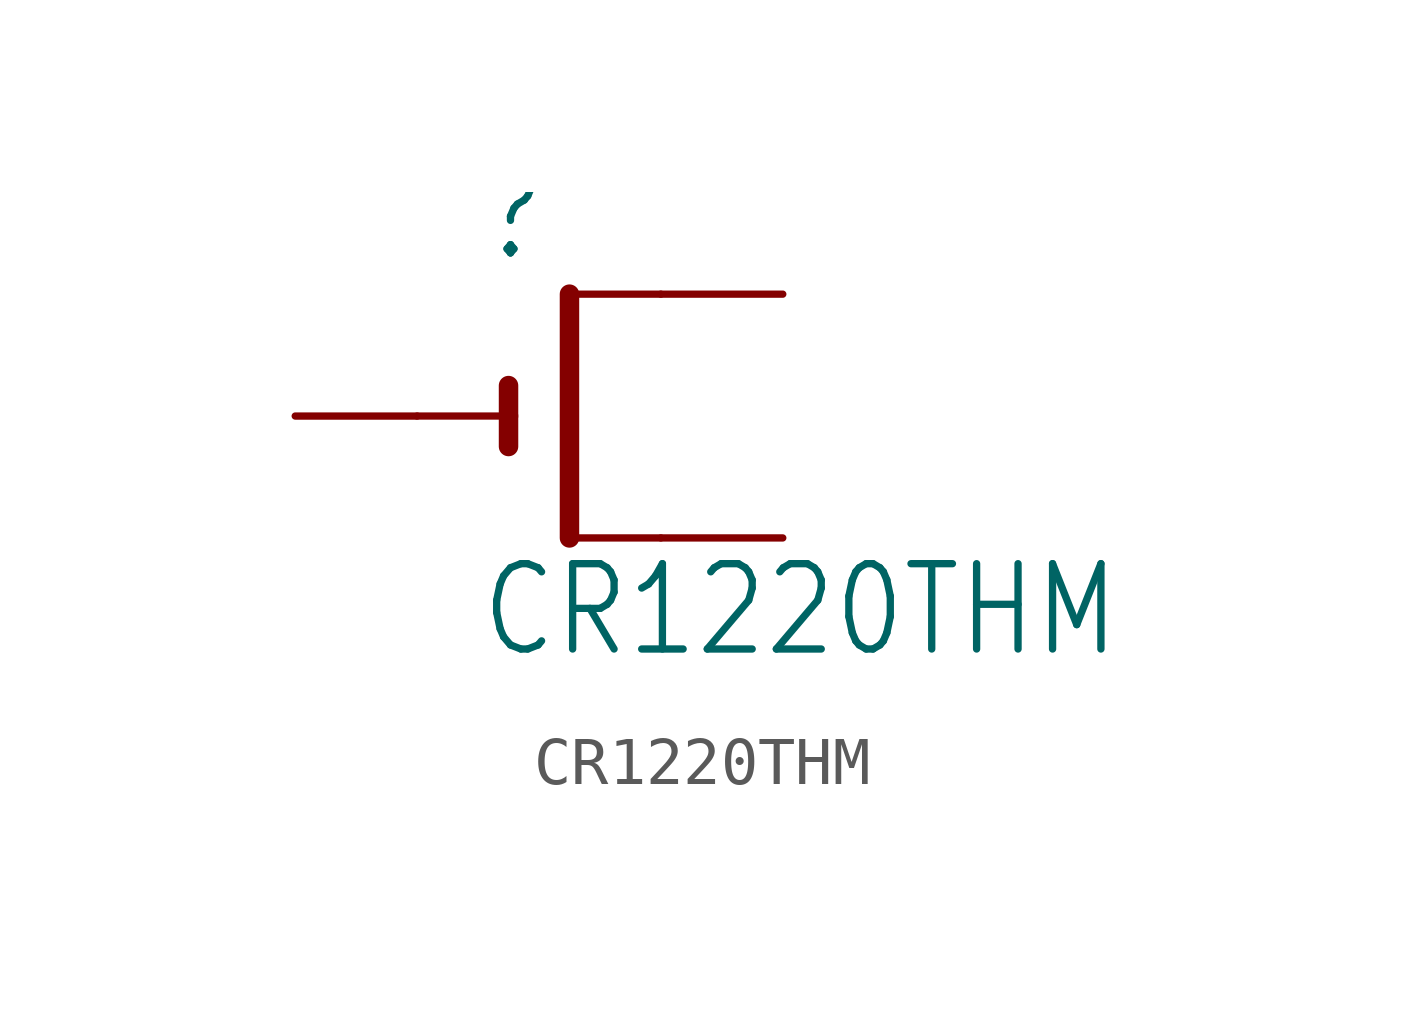
<source format=kicad_sym>
(kicad_symbol_lib
  (version 20211014)
  (generator kicad_symbol_editor)
  (symbol "CR1220THM"
    (property "Reference" ""
      (at -1.27 3.175 0)
      (effects (font (size 1.778 1.511)) (justify left bottom)))
    (property "Value" "CR1220THM"
      (at -1.27 -5.08 0)
      (effects (font (size 1.778 1.511)) (justify left bottom)))
    (property "ki_locked" ""
      (at 0 0 0)
      (effects (font (size 1.27 1.27))))
    (symbol "CR1220THM_1_0"
      (polyline (pts (xy -2.54 0) (xy -0.635 0)) (stroke (width 0.152) (type default) (color 0 0 0 0)) (fill (type none)))
      (polyline (pts (xy -0.635 0) (xy -0.635 -0.635)) (stroke (width 0.406) (type default) (color 0 0 0 0)) (fill (type none)))
      (polyline (pts (xy -0.635 0.635) (xy -0.635 0)) (stroke (width 0.406) (type default) (color 0 0 0 0)) (fill (type none)))
      (polyline (pts (xy 0.635 -2.54) (xy 2.54 -2.54)) (stroke (width 0.152) (type default) (color 0 0 0 0)) (fill (type none)))
      (polyline (pts (xy 0.635 2.54) (xy 0.635 -2.54)) (stroke (width 0.406) (type default) (color 0 0 0 0)) (fill (type none)))
      (polyline (pts (xy 0.635 2.54) (xy 2.54 2.54)) (stroke (width 0.152) (type default) (color 0 0 0 0)) (fill (type none)))
      (pin passive line (at 5.08 2.54 180) (length 2.54) (name "+" (effects (font (size 0 0)))) (number "+1" (effects (font (size 0 0)))))
      (pin passive line (at 5.08 -2.54 180) (length 2.54) (name "+1" (effects (font (size 0 0)))) (number "+2" (effects (font (size 0 0)))))
      (pin passive line (at -5.08 0 0) (length 2.54) (name "-" (effects (font (size 0 0)))) (number "-" (effects (font (size 0 0))))))))
</source>
